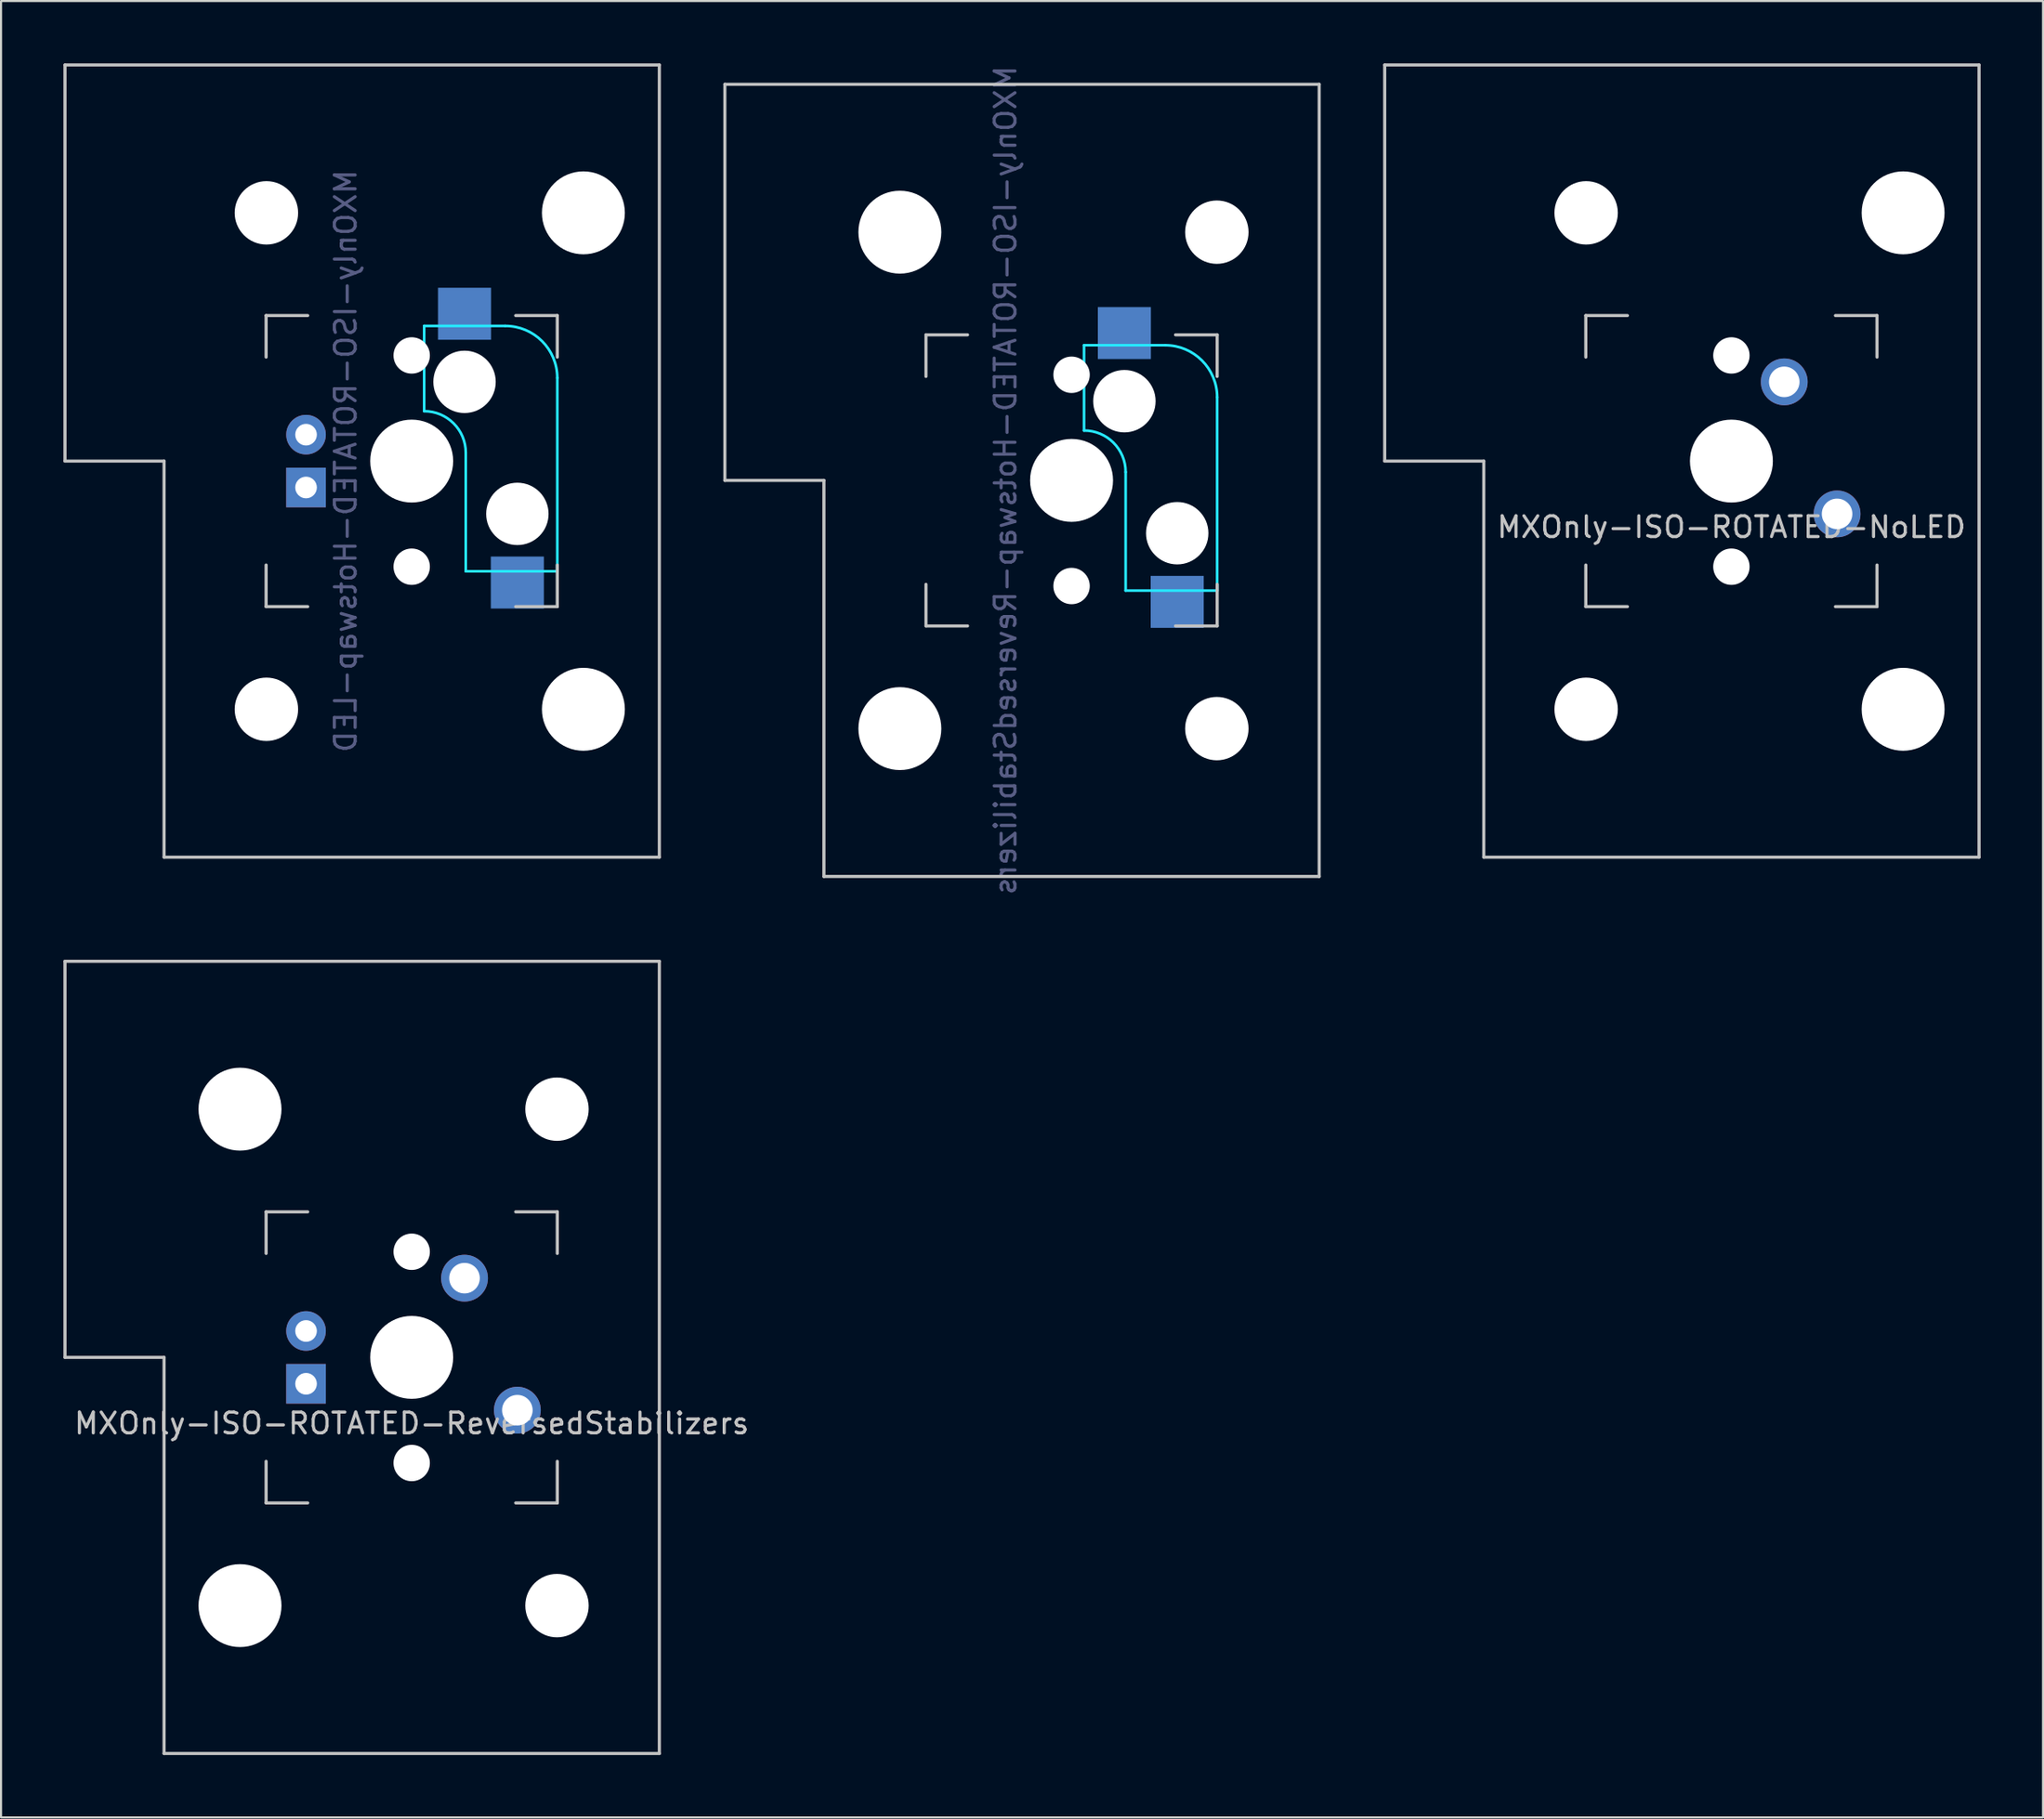
<source format=kicad_pcb>
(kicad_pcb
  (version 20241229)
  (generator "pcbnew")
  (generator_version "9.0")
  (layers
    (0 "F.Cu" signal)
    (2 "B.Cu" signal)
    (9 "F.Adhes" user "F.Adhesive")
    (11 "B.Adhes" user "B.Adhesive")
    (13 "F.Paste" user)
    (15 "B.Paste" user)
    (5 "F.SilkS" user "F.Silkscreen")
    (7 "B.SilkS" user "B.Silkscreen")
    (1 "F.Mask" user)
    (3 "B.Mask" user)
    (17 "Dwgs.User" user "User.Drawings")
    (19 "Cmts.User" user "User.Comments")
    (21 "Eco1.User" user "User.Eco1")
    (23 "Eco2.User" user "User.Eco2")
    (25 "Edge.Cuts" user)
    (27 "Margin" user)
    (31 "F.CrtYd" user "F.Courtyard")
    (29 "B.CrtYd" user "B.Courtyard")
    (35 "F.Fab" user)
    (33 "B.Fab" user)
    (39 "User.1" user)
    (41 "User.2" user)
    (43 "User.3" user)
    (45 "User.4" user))
  (footprint "MXOnly-ISO-ROTATED-Hotswap-LED"
    (layer "F.Cu")
    (at 16.744 19.125)
    (property "Reference" "MXOnly-ISO-ROTATED-Hotswap-LED" (at -3.175 0 90) (layer "B.Fab") (effects (font (size 1 1) (thickness 0.15)) (justify mirror)))
    (attr through_hole)
    (fp_line (start -16.669 -19.05) (end -16.669 0) (stroke (width 0.15) (type solid)) (layer "Dwgs.User"))
    (fp_line (start -16.669 -19.05) (end 11.906 -19.05) (stroke (width 0.15) (type solid)) (layer "Dwgs.User"))
    (fp_line (start -11.906 0) (end -16.669 0) (stroke (width 0.15) (type solid)) (layer "Dwgs.User"))
    (fp_line (start -11.906 19.05) (end -11.906 0) (stroke (width 0.15) (type solid)) (layer "Dwgs.User"))
    (fp_line (start -11.906 19.05) (end 11.906 19.05) (stroke (width 0.15) (type solid)) (layer "Dwgs.User"))
    (fp_line (start -7 -7) (end -7 -5) (stroke (width 0.15) (type solid)) (layer "Dwgs.User"))
    (fp_line (start -7 5) (end -7 7) (stroke (width 0.15) (type solid)) (layer "Dwgs.User"))
    (fp_line (start -7 7) (end -5 7) (stroke (width 0.15) (type solid)) (layer "Dwgs.User"))
    (fp_line (start -5 -7) (end -7 -7) (stroke (width 0.15) (type solid)) (layer "Dwgs.User"))
    (fp_line (start 5 -7) (end 7 -7) (stroke (width 0.15) (type solid)) (layer "Dwgs.User"))
    (fp_line (start 5 7) (end 7 7) (stroke (width 0.15) (type solid)) (layer "Dwgs.User"))
    (fp_line (start 7 -7) (end 7 -5) (stroke (width 0.15) (type solid)) (layer "Dwgs.User"))
    (fp_line (start 7 7) (end 7 5) (stroke (width 0.15) (type solid)) (layer "Dwgs.User"))
    (fp_line (start 11.906 -19.05) (end 11.906 19.05) (stroke (width 0.15) (type solid)) (layer "Dwgs.User"))
    (fp_line (start 0.6 -6.5) (end 0.6 -2.4) (stroke (width 0.127) (type solid)) (layer "B.CrtYd"))
    (fp_line (start 2.6 -0.4) (end 2.6 5.3) (stroke (width 0.127) (type solid)) (layer "B.CrtYd"))
    (fp_line (start 4.5 -6.5) (end 0.6 -6.5) (stroke (width 0.127) (type solid)) (layer "B.CrtYd"))
    (fp_line (start 7 5.3) (end 2.6 5.3) (stroke (width 0.127) (type solid)) (layer "B.CrtYd"))
    (fp_line (start 7 5.3) (end 7 -4) (stroke (width 0.127) (type solid)) (layer "B.CrtYd"))
    (fp_arc (start 0.6 -2.4) (mid 2.014214 -1.814214) (end 2.6 -0.4) (stroke (width 0.127) (type solid)) (layer "B.CrtYd"))
    (fp_arc (start 4.5 -6.5) (mid 6.267767 -5.767767) (end 7 -4) (stroke (width 0.127) (type solid)) (layer "B.CrtYd"))
    (pad "" np_thru_hole circle (at -6.985 -11.938) (size 3.048 3.048) (drill 3.048) (layers "*.Cu" "*.Mask"))
    (pad "" np_thru_hole circle (at -6.985 11.938) (size 3.048 3.048) (drill 3.048) (layers "*.Cu" "*.Mask"))
    (pad "" np_thru_hole circle (at 0 -5.08 48.1) (size 1.75 1.75) (drill 1.75) (layers "*.Cu" "*.Mask"))
    (pad "" np_thru_hole circle (at 0 0) (size 3.988 3.988) (drill 3.988) (layers "*.Cu" "*.Mask"))
    (pad "" np_thru_hole circle (at 0 5.08 48.1) (size 1.75 1.75) (drill 1.75) (layers "*.Cu" "*.Mask"))
    (pad "" np_thru_hole circle (at 2.54 -3.81 270) (size 3 3) (drill 3) (layers "*.Cu" "*.Mask"))
    (pad "" np_thru_hole circle (at 5.08 2.54 270) (size 3 3) (drill 3) (layers "*.Cu" "*.Mask"))
    (pad "" np_thru_hole circle (at 8.255 -11.938) (size 3.988 3.988) (drill 3.988) (layers "*.Cu" "*.Mask"))
    (pad "" np_thru_hole circle (at 8.255 11.938) (size 3.988 3.988) (drill 3.988) (layers "*.Cu" "*.Mask"))
    (pad "1" smd rect (at 2.54 -7.085 180) (size 2.55 2.5) (layers "B.Cu" "B.Mask" "B.Paste"))
    (pad "2" smd rect (at 5.08 5.842) (size 2.55 2.5) (layers "B.Cu" "B.Mask" "B.Paste"))
    (pad "3" thru_hole circle (at -5.08 -1.27) (size 1.905 1.905) (drill 1.04) (layers "*.Cu" "B.Mask"))
    (pad "4" thru_hole rect (at -5.08 1.27) (size 1.905 1.905) (drill 1.04) (layers "*.Cu" "B.Mask")))
  (footprint "MXOnly-ISO-ROTATED-Hotswap-ReversedStabilizers"
    (layer "F.Cu")
    (at 48.469 20.054)
    (property "Reference" "MXOnly-ISO-ROTATED-Hotswap-ReversedStabilizers" (at -3.175 0 90) (layer "B.Fab") (effects (font (size 1 1) (thickness 0.15)) (justify mirror)))
    (attr through_hole)
    (fp_line (start -16.669 -19.05) (end -16.669 0) (stroke (width 0.15) (type solid)) (layer "Dwgs.User"))
    (fp_line (start -16.669 -19.05) (end 11.906 -19.05) (stroke (width 0.15) (type solid)) (layer "Dwgs.User"))
    (fp_line (start -11.906 0) (end -16.669 0) (stroke (width 0.15) (type solid)) (layer "Dwgs.User"))
    (fp_line (start -11.906 19.05) (end -11.906 0) (stroke (width 0.15) (type solid)) (layer "Dwgs.User"))
    (fp_line (start -11.906 19.05) (end 11.906 19.05) (stroke (width 0.15) (type solid)) (layer "Dwgs.User"))
    (fp_line (start -7 -7) (end -7 -5) (stroke (width 0.15) (type solid)) (layer "Dwgs.User"))
    (fp_line (start -7 5) (end -7 7) (stroke (width 0.15) (type solid)) (layer "Dwgs.User"))
    (fp_line (start -7 7) (end -5 7) (stroke (width 0.15) (type solid)) (layer "Dwgs.User"))
    (fp_line (start -5 -7) (end -7 -7) (stroke (width 0.15) (type solid)) (layer "Dwgs.User"))
    (fp_line (start 5 -7) (end 7 -7) (stroke (width 0.15) (type solid)) (layer "Dwgs.User"))
    (fp_line (start 5 7) (end 7 7) (stroke (width 0.15) (type solid)) (layer "Dwgs.User"))
    (fp_line (start 7 -7) (end 7 -5) (stroke (width 0.15) (type solid)) (layer "Dwgs.User"))
    (fp_line (start 7 7) (end 7 5) (stroke (width 0.15) (type solid)) (layer "Dwgs.User"))
    (fp_line (start 11.906 -19.05) (end 11.906 19.05) (stroke (width 0.15) (type solid)) (layer "Dwgs.User"))
    (fp_line (start 0.6 -6.5) (end 0.6 -2.4) (stroke (width 0.127) (type solid)) (layer "B.CrtYd"))
    (fp_line (start 2.6 -0.4) (end 2.6 5.3) (stroke (width 0.127) (type solid)) (layer "B.CrtYd"))
    (fp_line (start 4.5 -6.5) (end 0.6 -6.5) (stroke (width 0.127) (type solid)) (layer "B.CrtYd"))
    (fp_line (start 7 5.3) (end 2.6 5.3) (stroke (width 0.127) (type solid)) (layer "B.CrtYd"))
    (fp_line (start 7 5.3) (end 7 -4) (stroke (width 0.127) (type solid)) (layer "B.CrtYd"))
    (fp_arc (start 0.6 -2.4) (mid 2.014214 -1.814214) (end 2.6 -0.4) (stroke (width 0.127) (type solid)) (layer "B.CrtYd"))
    (fp_arc (start 4.5 -6.5) (mid 6.267767 -5.767767) (end 7 -4) (stroke (width 0.127) (type solid)) (layer "B.CrtYd"))
    (pad "" np_thru_hole circle (at -8.255 -11.938) (size 3.988 3.988) (drill 3.988) (layers "*.Cu" "*.Mask"))
    (pad "" np_thru_hole circle (at -8.255 11.938) (size 3.988 3.988) (drill 3.988) (layers "*.Cu" "*.Mask"))
    (pad "" np_thru_hole circle (at 0 -5.08 48.1) (size 1.75 1.75) (drill 1.75) (layers "*.Cu" "*.Mask"))
    (pad "" np_thru_hole circle (at 0 0) (size 3.988 3.988) (drill 3.988) (layers "*.Cu" "*.Mask"))
    (pad "" np_thru_hole circle (at 0 5.08 48.1) (size 1.75 1.75) (drill 1.75) (layers "*.Cu" "*.Mask"))
    (pad "" np_thru_hole circle (at 2.54 -3.81 270) (size 3 3) (drill 3) (layers "*.Cu" "*.Mask"))
    (pad "" np_thru_hole circle (at 5.08 2.54 270) (size 3 3) (drill 3) (layers "*.Cu" "*.Mask"))
    (pad "" np_thru_hole circle (at 6.985 -11.938) (size 3.048 3.048) (drill 3.048) (layers "*.Cu" "*.Mask"))
    (pad "" np_thru_hole circle (at 6.985 11.938) (size 3.048 3.048) (drill 3.048) (layers "*.Cu" "*.Mask"))
    (pad "1" smd rect (at 2.54 -7.085 180) (size 2.55 2.5) (layers "B.Cu" "B.Mask" "B.Paste"))
    (pad "2" smd rect (at 5.08 5.842) (size 2.55 2.5) (layers "B.Cu" "B.Mask" "B.Paste")))
  (footprint "MXOnly-ISO-ROTATED-NoLED"
    (layer "F.Cu")
    (at 80.194 19.125)
    (property "Reference" "MXOnly-ISO-ROTATED-NoLED" (at 0 3.175 0) (layer "Dwgs.User") (effects (font (size 1 1) (thickness 0.15))))
    (attr through_hole)
    (fp_line (start -16.669 -19.05) (end -16.669 0) (stroke (width 0.15) (type solid)) (layer "Dwgs.User"))
    (fp_line (start -16.669 -19.05) (end 11.906 -19.05) (stroke (width 0.15) (type solid)) (layer "Dwgs.User"))
    (fp_line (start -11.906 0) (end -16.669 0) (stroke (width 0.15) (type solid)) (layer "Dwgs.User"))
    (fp_line (start -11.906 19.05) (end -11.906 0) (stroke (width 0.15) (type solid)) (layer "Dwgs.User"))
    (fp_line (start -11.906 19.05) (end 11.906 19.05) (stroke (width 0.15) (type solid)) (layer "Dwgs.User"))
    (fp_line (start -7 -7) (end -7 -5) (stroke (width 0.15) (type solid)) (layer "Dwgs.User"))
    (fp_line (start -7 5) (end -7 7) (stroke (width 0.15) (type solid)) (layer "Dwgs.User"))
    (fp_line (start -7 7) (end -5 7) (stroke (width 0.15) (type solid)) (layer "Dwgs.User"))
    (fp_line (start -5 -7) (end -7 -7) (stroke (width 0.15) (type solid)) (layer "Dwgs.User"))
    (fp_line (start 5 -7) (end 7 -7) (stroke (width 0.15) (type solid)) (layer "Dwgs.User"))
    (fp_line (start 5 7) (end 7 7) (stroke (width 0.15) (type solid)) (layer "Dwgs.User"))
    (fp_line (start 7 -7) (end 7 -5) (stroke (width 0.15) (type solid)) (layer "Dwgs.User"))
    (fp_line (start 7 7) (end 7 5) (stroke (width 0.15) (type solid)) (layer "Dwgs.User"))
    (fp_line (start 11.906 -19.05) (end 11.906 19.05) (stroke (width 0.15) (type solid)) (layer "Dwgs.User"))
    (pad "" np_thru_hole circle (at -6.985 -11.938) (size 3.048 3.048) (drill 3.048) (layers "*.Cu" "*.Mask"))
    (pad "" np_thru_hole circle (at -6.985 11.938) (size 3.048 3.048) (drill 3.048) (layers "*.Cu" "*.Mask"))
    (pad "" np_thru_hole circle (at 0 -5.08 48.1) (size 1.75 1.75) (drill 1.75) (layers "*.Cu" "*.Mask"))
    (pad "" np_thru_hole circle (at 0 0) (size 3.988 3.988) (drill 3.988) (layers "*.Cu" "*.Mask"))
    (pad "" np_thru_hole circle (at 0 5.08 48.1) (size 1.75 1.75) (drill 1.75) (layers "*.Cu" "*.Mask"))
    (pad "" np_thru_hole circle (at 8.255 -11.938) (size 3.988 3.988) (drill 3.988) (layers "*.Cu" "*.Mask"))
    (pad "" np_thru_hole circle (at 8.255 11.938) (size 3.988 3.988) (drill 3.988) (layers "*.Cu" "*.Mask"))
    (pad "1" thru_hole circle (at 2.54 -3.81) (size 2.25 2.25) (drill 1.47) (layers "*.Cu" "B.Mask"))
    (pad "2" thru_hole circle (at 5.08 2.54) (size 2.25 2.25) (drill 1.47) (layers "*.Cu" "B.Mask")))
  (footprint "MXOnly-ISO-ROTATED-ReversedStabilizers"
    (layer "F.Cu")
    (at 16.744 62.232)
    (property "Reference" "MXOnly-ISO-ROTATED-ReversedStabilizers" (at 0 3.175 0) (layer "Dwgs.User") (effects (font (size 1 1) (thickness 0.15))))
    (attr through_hole)
    (fp_line (start -16.669 -19.05) (end -16.669 0) (stroke (width 0.15) (type solid)) (layer "Dwgs.User"))
    (fp_line (start -16.669 -19.05) (end 11.906 -19.05) (stroke (width 0.15) (type solid)) (layer "Dwgs.User"))
    (fp_line (start -11.906 0) (end -16.669 0) (stroke (width 0.15) (type solid)) (layer "Dwgs.User"))
    (fp_line (start -11.906 19.05) (end -11.906 0) (stroke (width 0.15) (type solid)) (layer "Dwgs.User"))
    (fp_line (start -11.906 19.05) (end 11.906 19.05) (stroke (width 0.15) (type solid)) (layer "Dwgs.User"))
    (fp_line (start -7 -7) (end -7 -5) (stroke (width 0.15) (type solid)) (layer "Dwgs.User"))
    (fp_line (start -7 5) (end -7 7) (stroke (width 0.15) (type solid)) (layer "Dwgs.User"))
    (fp_line (start -7 7) (end -5 7) (stroke (width 0.15) (type solid)) (layer "Dwgs.User"))
    (fp_line (start -5 -7) (end -7 -7) (stroke (width 0.15) (type solid)) (layer "Dwgs.User"))
    (fp_line (start 5 -7) (end 7 -7) (stroke (width 0.15) (type solid)) (layer "Dwgs.User"))
    (fp_line (start 5 7) (end 7 7) (stroke (width 0.15) (type solid)) (layer "Dwgs.User"))
    (fp_line (start 7 -7) (end 7 -5) (stroke (width 0.15) (type solid)) (layer "Dwgs.User"))
    (fp_line (start 7 7) (end 7 5) (stroke (width 0.15) (type solid)) (layer "Dwgs.User"))
    (fp_line (start 11.906 -19.05) (end 11.906 19.05) (stroke (width 0.15) (type solid)) (layer "Dwgs.User"))
    (pad "" np_thru_hole circle (at -8.255 -11.938) (size 3.988 3.988) (drill 3.988) (layers "*.Cu" "*.Mask"))
    (pad "" np_thru_hole circle (at -8.255 11.938) (size 3.988 3.988) (drill 3.988) (layers "*.Cu" "*.Mask"))
    (pad "" np_thru_hole circle (at 0 -5.08 48.1) (size 1.75 1.75) (drill 1.75) (layers "*.Cu" "*.Mask"))
    (pad "" np_thru_hole circle (at 0 0) (size 3.988 3.988) (drill 3.988) (layers "*.Cu" "*.Mask"))
    (pad "" np_thru_hole circle (at 0 5.08 48.1) (size 1.75 1.75) (drill 1.75) (layers "*.Cu" "*.Mask"))
    (pad "" np_thru_hole circle (at 6.985 -11.938) (size 3.048 3.048) (drill 3.048) (layers "*.Cu" "*.Mask"))
    (pad "" np_thru_hole circle (at 6.985 11.938) (size 3.048 3.048) (drill 3.048) (layers "*.Cu" "*.Mask"))
    (pad "1" thru_hole circle (at 2.54 -3.81) (size 2.25 2.25) (drill 1.47) (layers "*.Cu" "B.Mask"))
    (pad "2" thru_hole circle (at 5.08 2.54) (size 2.25 2.25) (drill 1.47) (layers "*.Cu" "B.Mask"))
    (pad "3" thru_hole circle (at -5.08 -1.27) (size 1.905 1.905) (drill 1.04) (layers "*.Cu" "B.Mask"))
    (pad "4" thru_hole rect (at -5.08 1.27) (size 1.905 1.905) (drill 1.04) (layers "*.Cu" "B.Mask")))
  (gr_rect
    (start -3 -3)
    (end 95.175 84.357)
    (stroke (width 0.1) (type default))
    (fill no)
    (layer "Edge.Cuts")))
</source>
